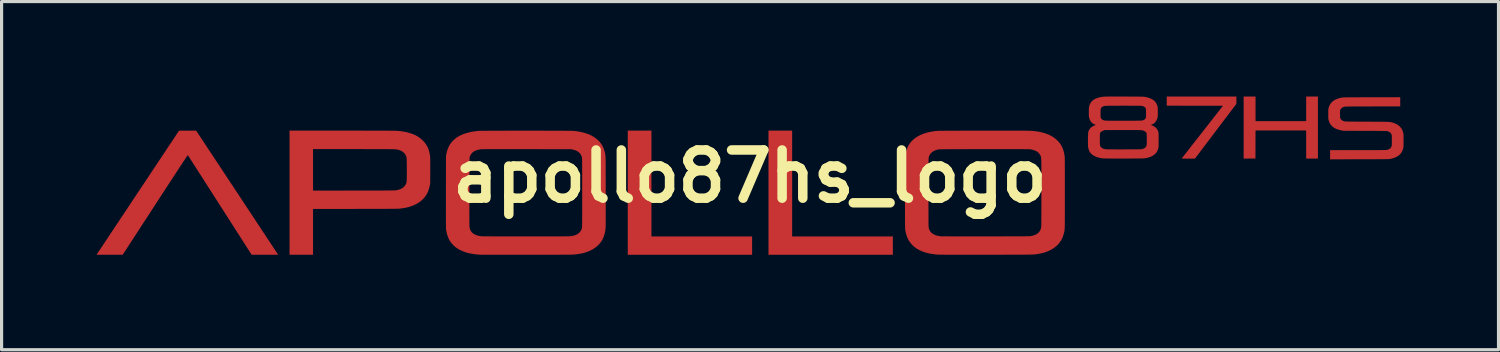
<source format=kicad_pcb>
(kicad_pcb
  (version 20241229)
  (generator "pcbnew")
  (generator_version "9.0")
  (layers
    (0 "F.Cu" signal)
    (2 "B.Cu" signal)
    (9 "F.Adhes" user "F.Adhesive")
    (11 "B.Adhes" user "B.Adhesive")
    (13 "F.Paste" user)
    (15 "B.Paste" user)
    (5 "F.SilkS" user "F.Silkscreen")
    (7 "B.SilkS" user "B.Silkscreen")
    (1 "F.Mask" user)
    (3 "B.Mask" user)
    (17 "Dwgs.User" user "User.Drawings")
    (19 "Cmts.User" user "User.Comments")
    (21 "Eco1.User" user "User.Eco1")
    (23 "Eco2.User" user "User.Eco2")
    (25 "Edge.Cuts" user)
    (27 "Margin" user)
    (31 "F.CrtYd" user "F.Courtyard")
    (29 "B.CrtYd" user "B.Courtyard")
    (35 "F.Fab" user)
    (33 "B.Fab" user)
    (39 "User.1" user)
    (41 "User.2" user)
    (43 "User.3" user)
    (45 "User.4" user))
  (footprint "apollo87hs_logo"
    (layer "F.Cu")
    (at 20.647 2.523)
    (property "Reference" "apollo87hs_logo" (at 0 0 0) (layer "F.SilkS") (effects (font (size 1.524 1.524) (thickness 0.3))))
    (attr through_hole)
    (pad "1" smd custom (at -17.75 -1.023) (size 0.5 0.5) (layers "F.Cu" "F.Mask") (options (anchor circle)) (primitives (gr_poly (pts (xy 0.163 -0.422) (xy 0.19 -0.422) (xy 0.211 -0.421) (xy 0.227 -0.421) (xy 0.238 -0.42) (xy 0.246 -0.419) (xy 0.251 -0.417) (xy 0.254 -0.416) (xy 0.255 -0.414) (xy 0.258 -0.41) (xy 0.267 -0.397) (xy 0.281 -0.376) (xy 0.299 -0.348) (xy 0.322 -0.313) (xy 0.35 -0.271) (xy 0.383 -0.222) (xy 0.419 -0.167) (xy 0.459 -0.107) (xy 0.503 -0.04) (xy 0.55 0.031) (xy 0.601 0.108) (xy 0.655 0.189) (xy 0.711 0.274) (xy 0.77 0.364) (xy 0.832 0.456) (xy 0.895 0.553) (xy 0.961 0.652) (xy 1.028 0.754) (xy 1.097 0.858) (xy 1.167 0.964) (xy 1.239 1.072) (xy 1.311 1.182) (xy 1.384 1.292) (xy 1.457 1.403) (xy 1.531 1.514) (xy 1.605 1.626) (xy 1.678 1.737) (xy 1.751 1.848) (xy 1.824 1.958) (xy 1.896 2.066) (xy 1.966 2.173) (xy 2.036 2.278) (xy 2.104 2.381) (xy 2.17 2.482) (xy 2.235 2.579) (xy 2.297 2.674) (xy 2.357 2.765) (xy 2.415 2.852) (xy 2.469 2.935) (xy 2.521 3.014) (xy 2.57 3.087) (xy 2.615 3.156) (xy 2.657 3.219) (xy 2.695 3.277) (xy 2.729 3.328) (xy 2.759 3.373) (xy 2.784 3.412) (xy 2.805 3.443) (xy 2.82 3.467) (xy 2.831 3.483) (xy 2.833 3.486) (xy 2.842 3.5) (xy 2.424 3.5) (xy 2.005 3.5) (xy 1 1.931) (xy 0.927 1.816) (xy 0.854 1.702) (xy 0.783 1.592) (xy 0.714 1.484) (xy 0.646 1.379) (xy 0.581 1.277) (xy 0.519 1.179) (xy 0.458 1.085) (xy 0.401 0.995) (xy 0.346 0.91) (xy 0.295 0.83) (xy 0.247 0.754) (xy 0.202 0.685) (xy 0.161 0.621) (xy 0.124 0.563) (xy 0.091 0.512) (xy 0.062 0.467) (xy 0.038 0.429) (xy 0.018 0.399) (xy 0.004 0.376) (xy -0.006 0.361) (xy -0.011 0.354) (xy -0.011 0.353) (xy -0.012 0.353) (xy -0.014 0.355) (xy -0.017 0.358) (xy -0.022 0.364) (xy -0.028 0.372) (xy -0.035 0.383) (xy -0.045 0.396) (xy -0.056 0.413) (xy -0.07 0.433) (xy -0.086 0.456) (xy -0.104 0.484) (xy -0.125 0.515) (xy -0.149 0.551) (xy -0.176 0.591) (xy -0.205 0.637) (xy -0.239 0.687) (xy -0.275 0.742) (xy -0.315 0.804) (xy -0.359 0.871) (xy -0.407 0.944) (xy -0.458 1.023) (xy -0.514 1.109) (xy -0.575 1.202) (xy -0.64 1.302) (xy -0.71 1.409) (xy -0.784 1.523) (xy -0.864 1.645) (xy -0.949 1.776) (xy -1.039 1.914) (xy -1.044 1.922) (xy -2.071 3.5) (xy -2.484 3.5) (xy -2.897 3.5) (xy -2.883 3.479) (xy -2.879 3.473) (xy -2.87 3.459) (xy -2.855 3.438) (xy -2.836 3.408) (xy -2.811 3.372) (xy -2.782 3.328) (xy -2.748 3.277) (xy -2.71 3.22) (xy -2.668 3.156) (xy -2.622 3.086) (xy -2.571 3.011) (xy -2.518 2.93) (xy -2.46 2.843) (xy -2.4 2.752) (xy -2.336 2.656) (xy -2.269 2.556) (xy -2.2 2.452) (xy -2.128 2.343) (xy -2.053 2.231) (xy -1.976 2.116) (xy -1.898 1.997) (xy -1.817 1.876) (xy -1.735 1.752) (xy -1.651 1.626) (xy -1.579 1.518) (xy -0.29 -0.42) (xy -0.021 -0.422) (xy 0.038 -0.422) (xy 0.088 -0.422) (xy 0.13 -0.422)) (width 0) (fill yes))))
    (pad "1" smd custom (at -14.15 -1.023) (size 0.5 0.5) (layers "F.Cu" "F.Mask") (options (anchor circle)) (primitives (gr_poly (pts (xy 1.237 -0.423) (xy 1.389 -0.423) (xy 1.535 -0.423) (xy 1.676 -0.423) (xy 1.812 -0.423) (xy 1.941 -0.422) (xy 2.063 -0.422) (xy 2.179 -0.422) (xy 2.288 -0.422) (xy 2.39 -0.422) (xy 2.485 -0.421) (xy 2.571 -0.421) (xy 2.65 -0.421) (xy 2.721 -0.42) (xy 2.783 -0.42) (xy 2.836 -0.42) (xy 2.881 -0.419) (xy 2.915 -0.419) (xy 2.941 -0.418) (xy 2.956 -0.418) (xy 2.959 -0.418) (xy 3.046 -0.412) (xy 3.126 -0.403) (xy 3.2 -0.393) (xy 3.27 -0.379) (xy 3.33 -0.365) (xy 3.417 -0.34) (xy 3.495 -0.313) (xy 3.566 -0.283) (xy 3.631 -0.249) (xy 3.691 -0.211) (xy 3.748 -0.168) (xy 3.803 -0.119) (xy 3.823 -0.1) (xy 3.876 -0.041) (xy 3.922 0.023) (xy 3.961 0.091) (xy 3.992 0.165) (xy 4.016 0.246) (xy 4.035 0.333) (xy 4.041 0.379) (xy 4.043 0.392) (xy 4.044 0.406) (xy 4.045 0.423) (xy 4.046 0.441) (xy 4.047 0.463) (xy 4.047 0.49) (xy 4.048 0.521) (xy 4.048 0.558) (xy 4.048 0.601) (xy 4.048 0.651) (xy 4.048 0.709) (xy 4.048 0.776) (xy 4.048 0.845) (xy 4.046 1.246) (xy 4.032 1.316) (xy 4.011 1.405) (xy 3.984 1.486) (xy 3.951 1.56) (xy 3.911 1.628) (xy 3.864 1.691) (xy 3.835 1.723) (xy 3.784 1.774) (xy 3.731 1.818) (xy 3.674 1.857) (xy 3.609 1.894) (xy 3.574 1.912) (xy 3.515 1.939) (xy 3.456 1.962) (xy 3.397 1.982) (xy 3.334 1.999) (xy 3.266 2.014) (xy 3.193 2.027) (xy 3.11 2.039) (xy 3.098 2.04) (xy 3.091 2.041) (xy 3.082 2.042) (xy 3.072 2.043) (xy 3.06 2.043) (xy 3.046 2.044) (xy 3.029 2.045) (xy 3.01 2.045) (xy 2.987 2.046) (xy 2.96 2.046) (xy 2.93 2.047) (xy 2.895 2.047) (xy 2.855 2.047) (xy 2.811 2.048) (xy 2.76 2.048) (xy 2.704 2.048) (xy 2.642 2.049) (xy 2.572 2.049) (xy 2.496 2.049) (xy 2.413 2.049) (xy 2.321 2.05) (xy 2.222 2.05) (xy 2.113 2.05) (xy 1.996 2.05) (xy 1.87 2.05) (xy 1.734 2.05) (xy 1.687 2.051) (xy 0.344 2.052) (xy 0.344 3.5) (xy -0.398 3.5) (xy -0.398 1.473) (xy 0.344 1.473) (xy 1.639 1.471) (xy 1.774 1.471) (xy 1.9 1.471) (xy 2.017 1.471) (xy 2.125 1.471) (xy 2.224 1.471) (xy 2.314 1.47) (xy 2.397 1.47) (xy 2.473 1.47) (xy 2.541 1.47) (xy 2.602 1.47) (xy 2.657 1.469) (xy 2.707 1.469) (xy 2.75 1.469) (xy 2.788 1.469) (xy 2.822 1.468) (xy 2.851 1.468) (xy 2.876 1.467) (xy 2.897 1.467) (xy 2.915 1.466) (xy 2.93 1.466) (xy 2.943 1.465) (xy 2.953 1.464) (xy 2.962 1.464) (xy 2.969 1.463) (xy 2.975 1.462) (xy 2.981 1.461) (xy 2.982 1.461) (xy 3.049 1.445) (xy 3.108 1.424) (xy 3.159 1.399) (xy 3.201 1.368) (xy 3.236 1.333) (xy 3.264 1.291) (xy 3.271 1.278) (xy 3.278 1.265) (xy 3.283 1.253) (xy 3.288 1.241) (xy 3.292 1.228) (xy 3.296 1.214) (xy 3.299 1.199) (xy 3.301 1.18) (xy 3.303 1.158) (xy 3.304 1.131) (xy 3.305 1.099) (xy 3.306 1.061) (xy 3.306 1.016) (xy 3.307 0.964) (xy 3.307 0.903) (xy 3.307 0.833) (xy 3.307 0.818) (xy 3.307 0.746) (xy 3.307 0.683) (xy 3.306 0.628) (xy 3.306 0.581) (xy 3.305 0.542) (xy 3.304 0.508) (xy 3.303 0.48) (xy 3.301 0.457) (xy 3.299 0.437) (xy 3.297 0.42) (xy 3.293 0.406) (xy 3.289 0.393) (xy 3.285 0.381) (xy 3.279 0.368) (xy 3.273 0.355) (xy 3.273 0.355) (xy 3.248 0.313) (xy 3.214 0.275) (xy 3.173 0.242) (xy 3.125 0.215) (xy 3.073 0.193) (xy 3.053 0.187) (xy 3.043 0.185) (xy 3.034 0.182) (xy 3.026 0.18) (xy 3.017 0.178) (xy 3.008 0.176) (xy 2.998 0.174) (xy 2.987 0.172) (xy 2.974 0.171) (xy 2.959 0.17) (xy 2.942 0.168) (xy 2.922 0.167) (xy 2.899 0.166) (xy 2.873 0.165) (xy 2.843 0.165) (xy 2.808 0.164) (xy 2.768 0.164) (xy 2.724 0.163) (xy 2.674 0.163) (xy 2.618 0.162) (xy 2.556 0.162) (xy 2.487 0.162) (xy 2.412 0.162) (xy 2.329 0.162) (xy 2.238 0.162) (xy 2.139 0.162) (xy 2.031 0.162) (xy 1.915 0.161) (xy 1.653 0.161) (xy 1.628 0.161) (xy 0.344 0.161) (xy 0.344 1.473) (xy -0.398 1.473) (xy -0.398 -0.423)) (width 0) (fill yes))))
    (pad "1" smd custom (at -9.25 0.477) (size 0.5 0.5) (layers "F.Cu" "F.Mask") (options (anchor circle)) (primitives (gr_poly (pts (xy 2.266 -1.921) (xy 2.375 -1.921) (xy 2.483 -1.921) (xy 2.589 -1.921) (xy 2.693 -1.921) (xy 2.795 -1.92) (xy 2.893 -1.92) (xy 2.989 -1.92) (xy 3.08 -1.92) (xy 3.167 -1.919) (xy 3.248 -1.919) (xy 3.324 -1.919) (xy 3.395 -1.918) (xy 3.458 -1.918) (xy 3.515 -1.917) (xy 3.564 -1.917) (xy 3.604 -1.916) (xy 3.637 -1.915) (xy 3.66 -1.915) (xy 3.674 -1.914) (xy 3.674 -1.914) (xy 3.768 -1.904) (xy 3.855 -1.89) (xy 3.938 -1.873) (xy 4.018 -1.852) (xy 4.077 -1.834) (xy 4.165 -1.802) (xy 4.245 -1.764) (xy 4.318 -1.722) (xy 4.386 -1.673) (xy 4.427 -1.639) (xy 4.486 -1.582) (xy 4.537 -1.521) (xy 4.58 -1.455) (xy 4.616 -1.384) (xy 4.644 -1.306) (xy 4.657 -1.261) (xy 4.661 -1.248) (xy 4.664 -1.235) (xy 4.668 -1.224) (xy 4.67 -1.213) (xy 4.673 -1.202) (xy 4.675 -1.191) (xy 4.678 -1.179) (xy 4.679 -1.166) (xy 4.681 -1.151) (xy 4.683 -1.134) (xy 4.684 -1.114) (xy 4.685 -1.091) (xy 4.686 -1.065) (xy 4.687 -1.036) (xy 4.688 -1.001) (xy 4.689 -0.963) (xy 4.689 -0.919) (xy 4.69 -0.869) (xy 4.69 -0.814) (xy 4.691 -0.752) (xy 4.691 -0.683) (xy 4.691 -0.607) (xy 4.691 -0.524) (xy 4.691 -0.432) (xy 4.692 -0.332) (xy 4.692 -0.223) (xy 4.692 -0.104) (xy 4.692 -0.002) (xy 4.692 0.138) (xy 4.692 0.268) (xy 4.693 0.389) (xy 4.693 0.499) (xy 4.693 0.601) (xy 4.692 0.693) (xy 4.692 0.777) (xy 4.692 0.851) (xy 4.692 0.918) (xy 4.692 0.976) (xy 4.691 1.025) (xy 4.691 1.067) (xy 4.69 1.102) (xy 4.69 1.129) (xy 4.689 1.148) (xy 4.688 1.161) (xy 4.688 1.162) (xy 4.675 1.26) (xy 4.654 1.353) (xy 4.625 1.439) (xy 4.588 1.519) (xy 4.543 1.593) (xy 4.489 1.66) (xy 4.427 1.722) (xy 4.358 1.778) (xy 4.279 1.828) (xy 4.193 1.873) (xy 4.165 1.885) (xy 4.092 1.913) (xy 4.017 1.937) (xy 3.937 1.957) (xy 3.851 1.973) (xy 3.759 1.985) (xy 3.658 1.994) (xy 3.646 1.995) (xy 3.636 1.995) (xy 3.617 1.996) (xy 3.588 1.996) (xy 3.551 1.996) (xy 3.505 1.997) (xy 3.452 1.997) (xy 3.392 1.997) (xy 3.325 1.997) (xy 3.252 1.998) (xy 3.173 1.998) (xy 3.089 1.998) (xy 3.001 1.998) (xy 2.908 1.999) (xy 2.812 1.999) (xy 2.713 1.999) (xy 2.611 1.999) (xy 2.507 1.999) (xy 2.402 1.999) (xy 2.295 1.999) (xy 2.188 1.999) (xy 2.081 1.999) (xy 1.975 1.999) (xy 1.869 2) (xy 1.765 2) (xy 1.662 2) (xy 1.562 1.999) (xy 1.466 1.999) (xy 1.372 1.999) (xy 1.283 1.999) (xy 1.198 1.999) (xy 1.118 1.999) (xy 1.044 1.999) (xy 0.975 1.999) (xy 0.913 1.998) (xy 0.858 1.998) (xy 0.811 1.998) (xy 0.772 1.998) (xy 0.741 1.997) (xy 0.719 1.997) (xy 0.707 1.997) (xy 0.706 1.997) (xy 0.641 1.992) (xy 0.573 1.985) (xy 0.503 1.975) (xy 0.437 1.964) (xy 0.376 1.952) (xy 0.356 1.947) (xy 0.299 1.932) (xy 0.239 1.912) (xy 0.178 1.888) (xy 0.119 1.863) (xy 0.065 1.836) (xy 0.027 1.814) (xy -0.048 1.764) (xy -0.114 1.707) (xy -0.172 1.644) (xy -0.223 1.574) (xy -0.266 1.498) (xy -0.301 1.415) (xy -0.328 1.327) (xy -0.347 1.232) (xy -0.353 1.187) (xy -0.354 1.177) (xy -0.355 1.159) (xy -0.355 1.134) (xy -0.356 1.101) (xy -0.356 1.059) (xy -0.356 1.009) (xy -0.357 0.951) (xy -0.357 0.884) (xy -0.357 0.808) (xy -0.357 0.724) (xy -0.358 0.63) (xy -0.358 0.527) (xy -0.357 0.414) (xy -0.357 0.292) (xy -0.357 0.278) (xy 0.384 0.278) (xy 0.384 0.383) (xy 0.384 0.478) (xy 0.384 0.565) (xy 0.384 0.643) (xy 0.384 0.714) (xy 0.384 0.778) (xy 0.384 0.835) (xy 0.384 0.886) (xy 0.385 0.93) (xy 0.385 0.969) (xy 0.385 1.003) (xy 0.386 1.032) (xy 0.386 1.057) (xy 0.386 1.078) (xy 0.387 1.096) (xy 0.388 1.11) (xy 0.388 1.122) (xy 0.389 1.131) (xy 0.39 1.139) (xy 0.391 1.145) (xy 0.392 1.151) (xy 0.393 1.156) (xy 0.394 1.16) (xy 0.412 1.213) (xy 0.436 1.259) (xy 0.468 1.298) (xy 0.508 1.332) (xy 0.515 1.337) (xy 0.565 1.365) (xy 0.623 1.387) (xy 0.687 1.404) (xy 0.757 1.415) (xy 0.764 1.415) (xy 0.774 1.416) (xy 0.794 1.416) (xy 0.823 1.417) (xy 0.86 1.417) (xy 0.906 1.418) (xy 0.959 1.418) (xy 1.02 1.418) (xy 1.086 1.419) (xy 1.159 1.419) (xy 1.237 1.419) (xy 1.321 1.419) (xy 1.408 1.42) (xy 1.5 1.42) (xy 1.595 1.42) (xy 1.693 1.42) (xy 1.793 1.42) (xy 1.895 1.42) (xy 1.999 1.42) (xy 2.103 1.42) (xy 2.208 1.42) (xy 2.312 1.42) (xy 2.416 1.42) (xy 2.518 1.42) (xy 2.619 1.42) (xy 2.717 1.42) (xy 2.813 1.42) (xy 2.905 1.42) (xy 2.993 1.42) (xy 3.077 1.419) (xy 3.156 1.419) (xy 3.23 1.419) (xy 3.298 1.419) (xy 3.359 1.418) (xy 3.413 1.418) (xy 3.46 1.417) (xy 3.499 1.417) (xy 3.529 1.417) (xy 3.55 1.416) (xy 3.562 1.416) (xy 3.563 1.416) (xy 3.638 1.405) (xy 3.706 1.388) (xy 3.765 1.366) (xy 3.816 1.337) (xy 3.859 1.302) (xy 3.894 1.261) (xy 3.921 1.214) (xy 3.94 1.162) (xy 3.941 1.158) (xy 3.942 1.153) (xy 3.943 1.147) (xy 3.943 1.139) (xy 3.944 1.129) (xy 3.945 1.117) (xy 3.945 1.102) (xy 3.946 1.084) (xy 3.946 1.062) (xy 3.947 1.036) (xy 3.947 1.005) (xy 3.947 0.97) (xy 3.948 0.929) (xy 3.948 0.883) (xy 3.948 0.83) (xy 3.948 0.771) (xy 3.948 0.705) (xy 3.949 0.632) (xy 3.949 0.551) (xy 3.949 0.462) (xy 3.949 0.364) (xy 3.949 0.257) (xy 3.949 0.14) (xy 3.949 0.039) (xy 3.949 -0.085) (xy 3.949 -0.2) (xy 3.949 -0.305) (xy 3.949 -0.401) (xy 3.949 -0.489) (xy 3.949 -0.568) (xy 3.948 -0.64) (xy 3.948 -0.705) (xy 3.948 -0.762) (xy 3.948 -0.813) (xy 3.948 -0.859) (xy 3.947 -0.898) (xy 3.947 -0.933) (xy 3.947 -0.962) (xy 3.946 -0.987) (xy 3.946 -1.008) (xy 3.945 -1.026) (xy 3.945 -1.04) (xy 3.944 -1.052) (xy 3.943 -1.061) (xy 3.942 -1.069) (xy 3.942 -1.075) (xy 3.941 -1.08) (xy 3.94 -1.084) (xy 3.939 -1.084) (xy 3.92 -1.137) (xy 3.894 -1.183) (xy 3.861 -1.222) (xy 3.819 -1.256) (xy 3.77 -1.285) (xy 3.712 -1.308) (xy 3.653 -1.324) (xy 3.603 -1.336) (xy 2.198 -1.337) (xy 2.045 -1.338) (xy 1.902 -1.338) (xy 1.769 -1.338) (xy 1.645 -1.338) (xy 1.53 -1.338) (xy 1.425 -1.338) (xy 1.327 -1.338) (xy 1.239 -1.338) (xy 1.158 -1.338) (xy 1.086 -1.337) (xy 1.021 -1.337) (xy 0.964 -1.337) (xy 0.913 -1.337) (xy 0.87 -1.336) (xy 0.834 -1.336) (xy 0.804 -1.335) (xy 0.78 -1.335) (xy 0.762 -1.334) (xy 0.75 -1.334) (xy 0.744 -1.333) (xy 0.672 -1.321) (xy 0.608 -1.303) (xy 0.552 -1.279) (xy 0.504 -1.249) (xy 0.464 -1.213) (xy 0.432 -1.172) (xy 0.419 -1.148) (xy 0.415 -1.141) (xy 0.411 -1.134) (xy 0.408 -1.127) (xy 0.405 -1.121) (xy 0.402 -1.114) (xy 0.4 -1.106) (xy 0.397 -1.098) (xy 0.395 -1.087) (xy 0.393 -1.075) (xy 0.392 -1.06) (xy 0.39 -1.042) (xy 0.389 -1.021) (xy 0.388 -0.996) (xy 0.387 -0.967) (xy 0.386 -0.933) (xy 0.386 -0.895) (xy 0.385 -0.851) (xy 0.385 -0.801) (xy 0.384 -0.745) (xy 0.384 -0.683) (xy 0.384 -0.613) (xy 0.384 -0.536) (xy 0.384 -0.452) (xy 0.384 -0.359) (xy 0.384 -0.257) (xy 0.384 -0.146) (xy 0.384 -0.025) (xy 0.384 0.042) (xy 0.384 0.165) (xy 0.384 0.278) (xy -0.357 0.278) (xy -0.357 0.16) (xy -0.357 0.018) (xy -0.357 0.008) (xy -0.355 -1.123) (xy -0.344 -1.178) (xy -0.324 -1.265) (xy -0.299 -1.343) (xy -0.268 -1.415) (xy -0.231 -1.482) (xy -0.187 -1.544) (xy -0.175 -1.559) (xy -0.117 -1.621) (xy -0.052 -1.678) (xy 0.022 -1.728) (xy 0.103 -1.773) (xy 0.193 -1.812) (xy 0.29 -1.845) (xy 0.396 -1.873) (xy 0.511 -1.895) (xy 0.633 -1.911) (xy 0.656 -1.914) (xy 0.668 -1.915) (xy 0.69 -1.915) (xy 0.721 -1.916) (xy 0.76 -1.916) (xy 0.808 -1.917) (xy 0.863 -1.917) (xy 0.926 -1.918) (xy 0.995 -1.918) (xy 1.07 -1.919) (xy 1.151 -1.919) (xy 1.237 -1.92) (xy 1.328 -1.92) (xy 1.423 -1.92) (xy 1.521 -1.92) (xy 1.622 -1.921) (xy 1.726 -1.921) (xy 1.832 -1.921) (xy 1.939 -1.921) (xy 2.048 -1.921) (xy 2.157 -1.921)) (width 0) (fill yes))))
    (pad "1" smd custom (at -3.45 0.477) (size 0.5 0.5) (layers "F.Cu" "F.Mask") (options (anchor circle)) (primitives (gr_poly (pts (xy 0.337 1.421) (xy 3.518 1.421) (xy 3.518 2) (xy -0.411 2) (xy -0.411 -1.923) (xy 0.337 -1.923)) (width 0) (fill yes))))
    (pad "1" smd custom (at 1.05 0.477) (size 0.5 0.5) (layers "F.Cu" "F.Mask") (options (anchor circle)) (primitives (gr_poly (pts (xy 0.283 1.421) (xy 3.465 1.421) (xy 3.465 2) (xy -0.464 2) (xy -0.464 -1.923) (xy 0.283 -1.923)) (width 0) (fill yes))))
    (pad "1" smd custom (at 5.25 0.477) (size 0.5 0.5) (layers "F.Cu" "F.Mask") (options (anchor circle)) (primitives (gr_poly (pts (xy 2.939 -1.922) (xy 3.026 -1.922) (xy 3.106 -1.922) (xy 3.18 -1.922) (xy 3.246 -1.922) (xy 3.307 -1.921) (xy 3.362 -1.921) (xy 3.412 -1.921) (xy 3.458 -1.92) (xy 3.498 -1.919) (xy 3.535 -1.919) (xy 3.567 -1.918) (xy 3.597 -1.917) (xy 3.623 -1.916) (xy 3.647 -1.915) (xy 3.669 -1.914) (xy 3.689 -1.912) (xy 3.707 -1.911) (xy 3.724 -1.909) (xy 3.741 -1.907) (xy 3.757 -1.905) (xy 3.773 -1.903) (xy 3.781 -1.903) (xy 3.884 -1.886) (xy 3.983 -1.864) (xy 4.078 -1.837) (xy 4.166 -1.804) (xy 4.247 -1.767) (xy 4.32 -1.726) (xy 4.325 -1.723) (xy 4.359 -1.699) (xy 4.396 -1.67) (xy 4.435 -1.637) (xy 4.472 -1.602) (xy 4.493 -1.581) (xy 4.544 -1.519) (xy 4.589 -1.451) (xy 4.626 -1.375) (xy 4.656 -1.293) (xy 4.679 -1.203) (xy 4.693 -1.115) (xy 4.694 -1.107) (xy 4.695 -1.096) (xy 4.695 -1.081) (xy 4.696 -1.061) (xy 4.697 -1.038) (xy 4.697 -1.01) (xy 4.698 -0.976) (xy 4.698 -0.937) (xy 4.698 -0.893) (xy 4.699 -0.842) (xy 4.699 -0.784) (xy 4.699 -0.719) (xy 4.699 -0.647) (xy 4.7 -0.568) (xy 4.7 -0.48) (xy 4.7 -0.384) (xy 4.7 -0.279) (xy 4.7 -0.165) (xy 4.7 -0.041) (xy 4.7 0.046) (xy 4.7 0.174) (xy 4.7 0.291) (xy 4.7 0.399) (xy 4.7 0.499) (xy 4.7 0.59) (xy 4.7 0.673) (xy 4.7 0.748) (xy 4.699 0.816) (xy 4.699 0.877) (xy 4.699 0.932) (xy 4.698 0.982) (xy 4.698 1.025) (xy 4.697 1.064) (xy 4.697 1.098) (xy 4.696 1.128) (xy 4.695 1.154) (xy 4.694 1.176) (xy 4.692 1.196) (xy 4.691 1.214) (xy 4.689 1.229) (xy 4.687 1.243) (xy 4.685 1.255) (xy 4.683 1.267) (xy 4.68 1.278) (xy 4.678 1.29) (xy 4.675 1.302) (xy 4.672 1.314) (xy 4.669 1.323) (xy 4.648 1.398) (xy 4.622 1.467) (xy 4.589 1.531) (xy 4.56 1.577) (xy 4.509 1.645) (xy 4.449 1.708) (xy 4.381 1.765) (xy 4.306 1.816) (xy 4.224 1.861) (xy 4.135 1.9) (xy 4.04 1.933) (xy 3.939 1.958) (xy 3.879 1.969) (xy 3.863 1.972) (xy 3.849 1.975) (xy 3.835 1.977) (xy 3.822 1.979) (xy 3.81 1.981) (xy 3.797 1.983) (xy 3.783 1.985) (xy 3.768 1.986) (xy 3.753 1.988) (xy 3.735 1.989) (xy 3.716 1.99) (xy 3.694 1.991) (xy 3.669 1.992) (xy 3.641 1.993) (xy 3.609 1.994) (xy 3.574 1.994) (xy 3.534 1.995) (xy 3.49 1.996) (xy 3.44 1.996) (xy 3.385 1.996) (xy 3.324 1.997) (xy 3.258 1.997) (xy 3.184 1.997) (xy 3.104 1.997) (xy 3.016 1.997) (xy 2.921 1.997) (xy 2.818 1.998) (xy 2.706 1.998) (xy 2.585 1.998) (xy 2.456 1.998) (xy 2.317 1.998) (xy 2.212 1.998) (xy 2.09 1.998) (xy 1.971 1.998) (xy 1.855 1.998) (xy 1.742 1.998) (xy 1.632 1.998) (xy 1.527 1.998) (xy 1.426 1.998) (xy 1.33 1.998) (xy 1.24 1.998) (xy 1.155 1.998) (xy 1.076 1.998) (xy 1.005 1.998) (xy 0.94 1.998) (xy 0.882 1.998) (xy 0.832 1.997) (xy 0.791 1.997) (xy 0.758 1.997) (xy 0.734 1.997) (xy 0.72 1.997) (xy 0.716 1.997) (xy 0.633 1.991) (xy 0.55 1.981) (xy 0.469 1.969) (xy 0.392 1.954) (xy 0.321 1.936) (xy 0.258 1.917) (xy 0.245 1.912) (xy 0.166 1.881) (xy 0.095 1.848) (xy 0.031 1.812) (xy -0.027 1.773) (xy -0.08 1.73) (xy -0.116 1.696) (xy -0.171 1.634) (xy -0.219 1.569) (xy -0.259 1.499) (xy -0.291 1.424) (xy -0.317 1.342) (xy -0.337 1.254) (xy -0.345 1.2) (xy -0.346 1.192) (xy -0.346 1.181) (xy -0.347 1.167) (xy -0.348 1.149) (xy -0.348 1.126) (xy -0.349 1.098) (xy -0.349 1.066) (xy -0.35 1.028) (xy -0.35 0.984) (xy -0.35 0.935) (xy -0.351 0.878) (xy -0.351 0.815) (xy -0.351 0.744) (xy -0.351 0.666) (xy -0.351 0.58) (xy -0.351 0.486) (xy -0.352 0.382) (xy -0.352 0.27) (xy -0.352 0.148) (xy -0.352 0.039) (xy 0.39 0.039) (xy 0.39 0.163) (xy 0.39 0.277) (xy 0.39 0.382) (xy 0.39 0.478) (xy 0.39 0.566) (xy 0.391 0.645) (xy 0.391 0.717) (xy 0.391 0.781) (xy 0.391 0.839) (xy 0.391 0.89) (xy 0.391 0.935) (xy 0.392 0.975) (xy 0.392 1.009) (xy 0.392 1.039) (xy 0.393 1.064) (xy 0.393 1.085) (xy 0.394 1.102) (xy 0.395 1.117) (xy 0.395 1.128) (xy 0.396 1.138) (xy 0.397 1.145) (xy 0.398 1.151) (xy 0.399 1.156) (xy 0.399 1.158) (xy 0.418 1.212) (xy 0.445 1.259) (xy 0.48 1.301) (xy 0.523 1.336) (xy 0.573 1.365) (xy 0.631 1.388) (xy 0.663 1.396) (xy 0.702 1.404) (xy 0.742 1.411) (xy 0.781 1.416) (xy 0.794 1.418) (xy 0.801 1.418) (xy 0.818 1.418) (xy 0.844 1.418) (xy 0.879 1.418) (xy 0.922 1.418) (xy 0.974 1.418) (xy 1.033 1.418) (xy 1.099 1.419) (xy 1.173 1.419) (xy 1.252 1.419) (xy 1.337 1.419) (xy 1.428 1.419) (xy 1.524 1.419) (xy 1.625 1.419) (xy 1.73 1.419) (xy 1.839 1.419) (xy 1.951 1.419) (xy 2.067 1.419) (xy 2.184 1.419) (xy 2.2 1.419) (xy 2.34 1.419) (xy 2.471 1.419) (xy 2.593 1.419) (xy 2.705 1.419) (xy 2.809 1.418) (xy 2.904 1.418) (xy 2.992 1.418) (xy 3.071 1.418) (xy 3.144 1.418) (xy 3.21 1.418) (xy 3.269 1.418) (xy 3.322 1.417) (xy 3.369 1.417) (xy 3.411 1.417) (xy 3.448 1.416) (xy 3.48 1.416) (xy 3.508 1.416) (xy 3.532 1.415) (xy 3.553 1.415) (xy 3.57 1.414) (xy 3.584 1.414) (xy 3.596 1.413) (xy 3.606 1.412) (xy 3.614 1.412) (xy 3.621 1.411) (xy 3.626 1.41) (xy 3.629 1.409) (xy 3.657 1.403) (xy 3.689 1.395) (xy 3.717 1.387) (xy 3.721 1.386) (xy 3.779 1.363) (xy 3.829 1.334) (xy 3.871 1.298) (xy 3.905 1.256) (xy 3.931 1.208) (xy 3.948 1.154) (xy 3.949 1.153) (xy 3.95 1.148) (xy 3.951 1.143) (xy 3.952 1.136) (xy 3.952 1.128) (xy 3.953 1.118) (xy 3.954 1.106) (xy 3.954 1.092) (xy 3.955 1.074) (xy 3.955 1.052) (xy 3.956 1.027) (xy 3.956 0.997) (xy 3.957 0.963) (xy 3.957 0.923) (xy 3.957 0.878) (xy 3.957 0.826) (xy 3.957 0.769) (xy 3.958 0.704) (xy 3.958 0.632) (xy 3.958 0.553) (xy 3.958 0.465) (xy 3.958 0.369) (xy 3.958 0.263) (xy 3.958 0.149) (xy 3.958 0.036) (xy 3.958 -0.089) (xy 3.958 -0.205) (xy 3.958 -0.311) (xy 3.958 -0.408) (xy 3.958 -0.497) (xy 3.958 -0.578) (xy 3.958 -0.651) (xy 3.958 -0.716) (xy 3.957 -0.775) (xy 3.957 -0.828) (xy 3.957 -0.874) (xy 3.956 -0.915) (xy 3.955 -0.951) (xy 3.954 -0.982) (xy 3.953 -1.009) (xy 3.952 -1.032) (xy 3.951 -1.051) (xy 3.949 -1.067) (xy 3.948 -1.081) (xy 3.946 -1.092) (xy 3.943 -1.102) (xy 3.941 -1.11) (xy 3.938 -1.117) (xy 3.935 -1.123) (xy 3.932 -1.13) (xy 3.928 -1.136) (xy 3.924 -1.143) (xy 3.921 -1.15) (xy 3.895 -1.193) (xy 3.859 -1.23) (xy 3.816 -1.263) (xy 3.765 -1.29) (xy 3.707 -1.311) (xy 3.643 -1.327) (xy 3.595 -1.333) (xy 3.586 -1.334) (xy 3.57 -1.335) (xy 3.546 -1.335) (xy 3.514 -1.336) (xy 3.475 -1.336) (xy 3.428 -1.336) (xy 3.373 -1.337) (xy 3.31 -1.337) (xy 3.238 -1.337) (xy 3.157 -1.337) (xy 3.068 -1.338) (xy 2.97 -1.338) (xy 2.863 -1.338) (xy 2.747 -1.338) (xy 2.621 -1.338) (xy 2.485 -1.338) (xy 2.34 -1.337) (xy 2.185 -1.337) (xy 2.141 -1.337) (xy 1.999 -1.337) (xy 1.867 -1.337) (xy 1.744 -1.337) (xy 1.63 -1.337) (xy 1.525 -1.336) (xy 1.429 -1.336) (xy 1.34 -1.336) (xy 1.259 -1.336) (xy 1.186 -1.336) (xy 1.119 -1.335) (xy 1.059 -1.335) (xy 1.005 -1.335) (xy 0.957 -1.335) (xy 0.914 -1.334) (xy 0.877 -1.334) (xy 0.844 -1.334) (xy 0.816 -1.333) (xy 0.791 -1.333) (xy 0.771 -1.332) (xy 0.754 -1.332) (xy 0.739 -1.331) (xy 0.728 -1.33) (xy 0.718 -1.33) (xy 0.711 -1.329) (xy 0.705 -1.328) (xy 0.7 -1.327) (xy 0.698 -1.327) (xy 0.631 -1.309) (xy 0.574 -1.286) (xy 0.524 -1.258) (xy 0.483 -1.226) (xy 0.45 -1.188) (xy 0.423 -1.143) (xy 0.403 -1.093) (xy 0.399 -1.079) (xy 0.398 -1.075) (xy 0.397 -1.07) (xy 0.396 -1.064) (xy 0.396 -1.056) (xy 0.395 -1.046) (xy 0.394 -1.034) (xy 0.394 -1.019) (xy 0.393 -1) (xy 0.393 -0.978) (xy 0.392 -0.952) (xy 0.392 -0.921) (xy 0.392 -0.886) (xy 0.391 -0.845) (xy 0.391 -0.798) (xy 0.391 -0.745) (xy 0.391 -0.686) (xy 0.391 -0.619) (xy 0.391 -0.545) (xy 0.39 -0.464) (xy 0.39 -0.374) (xy 0.39 -0.275) (xy 0.39 -0.168) (xy 0.39 -0.051) (xy 0.39 0.039) (xy -0.352 0.039) (xy -0.352 0.034) (xy -0.352 -0.092) (xy -0.352 -0.208) (xy -0.352 -0.315) (xy -0.352 -0.413) (xy -0.352 -0.503) (xy -0.351 -0.584) (xy -0.351 -0.658) (xy -0.351 -0.724) (xy -0.351 -0.784) (xy -0.351 -0.837) (xy -0.351 -0.884) (xy -0.35 -0.925) (xy -0.35 -0.962) (xy -0.35 -0.994) (xy -0.349 -1.021) (xy -0.349 -1.044) (xy -0.348 -1.064) (xy -0.348 -1.081) (xy -0.347 -1.095) (xy -0.346 -1.107) (xy -0.345 -1.117) (xy -0.345 -1.126) (xy -0.344 -1.133) (xy -0.343 -1.14) (xy -0.343 -1.14) (xy -0.325 -1.231) (xy -0.302 -1.314) (xy -0.272 -1.391) (xy -0.237 -1.461) (xy -0.194 -1.525) (xy -0.144 -1.586) (xy -0.107 -1.623) (xy -0.044 -1.677) (xy 0.027 -1.727) (xy 0.104 -1.77) (xy 0.189 -1.808) (xy 0.282 -1.841) (xy 0.383 -1.869) (xy 0.492 -1.891) (xy 0.61 -1.909) (xy 0.634 -1.911) (xy 0.642 -1.912) (xy 0.652 -1.913) (xy 0.663 -1.914) (xy 0.676 -1.914) (xy 0.692 -1.915) (xy 0.71 -1.916) (xy 0.732 -1.916) (xy 0.757 -1.917) (xy 0.787 -1.917) (xy 0.82 -1.918) (xy 0.858 -1.918) (xy 0.901 -1.918) (xy 0.95 -1.919) (xy 1.004 -1.919) (xy 1.064 -1.919) (xy 1.131 -1.92) (xy 1.205 -1.92) (xy 1.286 -1.92) (xy 1.374 -1.92) (xy 1.47 -1.921) (xy 1.575 -1.921) (xy 1.688 -1.921) (xy 1.811 -1.921) (xy 1.943 -1.921) (xy 2.084 -1.922) (xy 2.098 -1.922) (xy 2.246 -1.922) (xy 2.383 -1.922) (xy 2.512 -1.922) (xy 2.631 -1.922) (xy 2.742 -1.922) (xy 2.845 -1.922)) (width 0) (fill yes))))
    (pad "1" smd custom (at 11.85 -1.623) (size 0.2 0.2) (layers "F.Cu" "F.Mask") (options (anchor circle)) (primitives (gr_poly (pts (xy -0.254 -0.9) (xy -0.174 -0.9) (xy -0.085 -0.899) (xy -0.01 -0.899) (xy 0.081 -0.899) (xy 0.162 -0.898) (xy 0.233 -0.898) (xy 0.297 -0.898) (xy 0.352 -0.898) (xy 0.401 -0.897) (xy 0.443 -0.897) (xy 0.479 -0.896) (xy 0.509 -0.896) (xy 0.535 -0.895) (xy 0.556 -0.895) (xy 0.574 -0.894) (xy 0.589 -0.893) (xy 0.601 -0.892) (xy 0.612 -0.891) (xy 0.621 -0.89) (xy 0.63 -0.888) (xy 0.638 -0.887) (xy 0.641 -0.886) (xy 0.716 -0.869) (xy 0.782 -0.848) (xy 0.84 -0.823) (xy 0.89 -0.793) (xy 0.931 -0.759) (xy 0.966 -0.719) (xy 0.994 -0.674) (xy 1.016 -0.622) (xy 1.026 -0.592) (xy 1.029 -0.58) (xy 1.031 -0.568) (xy 1.033 -0.555) (xy 1.035 -0.539) (xy 1.036 -0.52) (xy 1.036 -0.495) (xy 1.037 -0.463) (xy 1.037 -0.423) (xy 1.037 -0.407) (xy 1.037 -0.365) (xy 1.037 -0.33) (xy 1.036 -0.303) (xy 1.035 -0.282) (xy 1.034 -0.266) (xy 1.032 -0.252) (xy 1.03 -0.24) (xy 1.027 -0.228) (xy 1.026 -0.222) (xy 1.006 -0.169) (xy 0.98 -0.122) (xy 0.948 -0.081) (xy 0.91 -0.048) (xy 0.867 -0.023) (xy 0.843 -0.014) (xy 0.81 -0.003) (xy 0.832 0.004) (xy 0.866 0.017) (xy 0.903 0.036) (xy 0.938 0.058) (xy 0.97 0.082) (xy 0.996 0.107) (xy 1 0.112) (xy 1.026 0.151) (xy 1.046 0.197) (xy 1.054 0.221) (xy 1.056 0.231) (xy 1.058 0.241) (xy 1.059 0.254) (xy 1.06 0.27) (xy 1.061 0.29) (xy 1.062 0.315) (xy 1.062 0.346) (xy 1.062 0.385) (xy 1.063 0.432) (xy 1.063 0.479) (xy 1.062 0.533) (xy 1.062 0.578) (xy 1.062 0.614) (xy 1.062 0.644) (xy 1.061 0.668) (xy 1.06 0.686) (xy 1.059 0.701) (xy 1.058 0.714) (xy 1.056 0.724) (xy 1.054 0.734) (xy 1.051 0.744) (xy 1.031 0.801) (xy 1.005 0.851) (xy 0.973 0.894) (xy 0.966 0.9) (xy 0.921 0.94) (xy 0.87 0.974) (xy 0.811 1.003) (xy 0.744 1.026) (xy 0.669 1.044) (xy 0.638 1.049) (xy 0.63 1.051) (xy 0.62 1.052) (xy 0.609 1.053) (xy 0.595 1.054) (xy 0.58 1.055) (xy 0.56 1.056) (xy 0.537 1.056) (xy 0.51 1.057) (xy 0.478 1.057) (xy 0.44 1.058) (xy 0.396 1.058) (xy 0.345 1.058) (xy 0.287 1.058) (xy 0.221 1.059) (xy 0.147 1.059) (xy 0.064 1.059) (xy -0.025 1.059) (xy -0.104 1.059) (xy -0.181 1.059) (xy -0.255 1.059) (xy -0.325 1.059) (xy -0.391 1.059) (xy -0.453 1.059) (xy -0.509 1.058) (xy -0.558 1.058) (xy -0.601 1.057) (xy -0.635 1.057) (xy -0.662 1.056) (xy -0.679 1.056) (xy -0.685 1.056) (xy -0.734 1.05) (xy -0.786 1.041) (xy -0.835 1.029) (xy -0.88 1.017) (xy -0.9 1.01) (xy -0.963 0.982) (xy -1.017 0.95) (xy -1.062 0.913) (xy -1.099 0.87) (xy -1.128 0.822) (xy -1.149 0.768) (xy -1.163 0.708) (xy -1.166 0.687) (xy -1.168 0.665) (xy -1.169 0.635) (xy -1.17 0.6) (xy -1.17 0.56) (xy -1.171 0.516) (xy -1.17 0.471) (xy -1.17 0.451) (xy -0.795 0.451) (xy -0.795 0.502) (xy -0.794 0.543) (xy -0.793 0.577) (xy -0.792 0.604) (xy -0.79 0.625) (xy -0.787 0.643) (xy -0.783 0.657) (xy -0.778 0.67) (xy -0.772 0.682) (xy -0.766 0.691) (xy -0.748 0.712) (xy -0.721 0.731) (xy -0.687 0.747) (xy -0.649 0.759) (xy -0.608 0.766) (xy -0.598 0.767) (xy -0.579 0.767) (xy -0.551 0.768) (xy -0.515 0.768) (xy -0.472 0.769) (xy -0.422 0.769) (xy -0.367 0.769) (xy -0.306 0.77) (xy -0.24 0.77) (xy -0.171 0.77) (xy -0.099 0.77) (xy -0.03 0.77) (xy 0.057 0.769) (xy 0.134 0.769) (xy 0.202 0.769) (xy 0.262 0.769) (xy 0.314 0.769) (xy 0.358 0.768) (xy 0.397 0.768) (xy 0.429 0.768) (xy 0.456 0.767) (xy 0.478 0.767) (xy 0.496 0.766) (xy 0.51 0.765) (xy 0.521 0.764) (xy 0.53 0.763) (xy 0.537 0.762) (xy 0.542 0.76) (xy 0.544 0.76) (xy 0.579 0.748) (xy 0.61 0.734) (xy 0.635 0.718) (xy 0.653 0.702) (xy 0.654 0.702) (xy 0.663 0.686) (xy 0.673 0.666) (xy 0.679 0.649) (xy 0.682 0.64) (xy 0.684 0.63) (xy 0.686 0.619) (xy 0.687 0.606) (xy 0.688 0.589) (xy 0.689 0.567) (xy 0.689 0.539) (xy 0.689 0.504) (xy 0.688 0.461) (xy 0.688 0.441) (xy 0.688 0.393) (xy 0.687 0.355) (xy 0.687 0.324) (xy 0.686 0.301) (xy 0.685 0.283) (xy 0.684 0.27) (xy 0.682 0.261) (xy 0.68 0.254) (xy 0.678 0.25) (xy 0.657 0.222) (xy 0.628 0.199) (xy 0.59 0.18) (xy 0.557 0.169) (xy 0.551 0.167) (xy 0.545 0.166) (xy 0.538 0.165) (xy 0.528 0.164) (xy 0.517 0.163) (xy 0.502 0.162) (xy 0.484 0.161) (xy 0.461 0.161) (xy 0.434 0.16) (xy 0.402 0.16) (xy 0.363 0.16) (xy 0.318 0.16) (xy 0.266 0.159) (xy 0.207 0.159) (xy 0.139 0.159) (xy 0.062 0.159) (xy -0.024 0.159) (xy -0.055 0.159) (xy -0.635 0.159) (xy -0.675 0.173) (xy -0.714 0.189) (xy -0.745 0.207) (xy -0.767 0.227) (xy -0.769 0.229) (xy -0.776 0.238) (xy -0.781 0.247) (xy -0.785 0.258) (xy -0.789 0.271) (xy -0.791 0.287) (xy -0.793 0.309) (xy -0.794 0.336) (xy -0.794 0.37) (xy -0.795 0.413) (xy -0.795 0.451) (xy -1.17 0.451) (xy -1.17 0.426) (xy -1.169 0.381) (xy -1.167 0.339) (xy -1.166 0.301) (xy -1.164 0.268) (xy -1.162 0.242) (xy -1.16 0.224) (xy -1.159 0.219) (xy -1.141 0.17) (xy -1.115 0.125) (xy -1.08 0.086) (xy -1.036 0.052) (xy -0.983 0.023) (xy -0.958 0.012) (xy -0.918 -0.004) (xy -0.952 -0.016) (xy -0.999 -0.037) (xy -1.04 -0.067) (xy -1.075 -0.104) (xy -1.103 -0.149) (xy -1.125 -0.202) (xy -1.131 -0.223) (xy -1.135 -0.236) (xy -1.137 -0.249) (xy -1.139 -0.262) (xy -1.141 -0.279) (xy -1.142 -0.3) (xy -1.142 -0.327) (xy -1.142 -0.361) (xy -1.142 -0.369) (xy -0.772 -0.369) (xy -0.772 -0.331) (xy -0.772 -0.301) (xy -0.771 -0.278) (xy -0.77 -0.261) (xy -0.769 -0.249) (xy -0.767 -0.239) (xy -0.764 -0.231) (xy -0.76 -0.222) (xy -0.76 -0.222) (xy -0.746 -0.196) (xy -0.727 -0.176) (xy -0.704 -0.161) (xy -0.674 -0.15) (xy -0.637 -0.142) (xy -0.602 -0.138) (xy -0.591 -0.137) (xy -0.57 -0.137) (xy -0.541 -0.137) (xy -0.504 -0.136) (xy -0.46 -0.136) (xy -0.409 -0.136) (xy -0.352 -0.135) (xy -0.291 -0.135) (xy -0.225 -0.135) (xy -0.156 -0.135) (xy -0.083 -0.135) (xy -0.02 -0.135) (xy 0.067 -0.135) (xy 0.144 -0.136) (xy 0.212 -0.136) (xy 0.271 -0.136) (xy 0.323 -0.136) (xy 0.368 -0.137) (xy 0.406 -0.137) (xy 0.438 -0.137) (xy 0.465 -0.138) (xy 0.487 -0.139) (xy 0.504 -0.139) (xy 0.519 -0.14) (xy 0.53 -0.141) (xy 0.539 -0.142) (xy 0.546 -0.143) (xy 0.551 -0.145) (xy 0.585 -0.155) (xy 0.61 -0.168) (xy 0.63 -0.184) (xy 0.645 -0.204) (xy 0.655 -0.222) (xy 0.658 -0.23) (xy 0.661 -0.239) (xy 0.663 -0.248) (xy 0.665 -0.261) (xy 0.666 -0.277) (xy 0.666 -0.299) (xy 0.666 -0.329) (xy 0.666 -0.367) (xy 0.666 -0.369) (xy 0.666 -0.414) (xy 0.665 -0.451) (xy 0.664 -0.479) (xy 0.661 -0.502) (xy 0.657 -0.52) (xy 0.651 -0.534) (xy 0.643 -0.546) (xy 0.633 -0.557) (xy 0.626 -0.564) (xy 0.608 -0.578) (xy 0.587 -0.589) (xy 0.56 -0.597) (xy 0.526 -0.604) (xy 0.514 -0.605) (xy 0.503 -0.606) (xy 0.483 -0.607) (xy 0.454 -0.608) (xy 0.418 -0.608) (xy 0.375 -0.609) (xy 0.325 -0.609) (xy 0.271 -0.61) (xy 0.213 -0.61) (xy 0.151 -0.61) (xy 0.086 -0.61) (xy 0.02 -0.611) (xy -0.047 -0.611) (xy -0.114 -0.611) (xy -0.181 -0.61) (xy -0.246 -0.61) (xy -0.308 -0.61) (xy -0.367 -0.61) (xy -0.422 -0.609) (xy -0.472 -0.609) (xy -0.517 -0.608) (xy -0.554 -0.608) (xy -0.584 -0.607) (xy -0.606 -0.606) (xy -0.618 -0.606) (xy -0.619 -0.605) (xy -0.656 -0.599) (xy -0.684 -0.592) (xy -0.706 -0.582) (xy -0.725 -0.569) (xy -0.73 -0.565) (xy -0.742 -0.554) (xy -0.751 -0.543) (xy -0.759 -0.53) (xy -0.764 -0.515) (xy -0.768 -0.496) (xy -0.77 -0.471) (xy -0.771 -0.44) (xy -0.772 -0.402) (xy -0.772 -0.369) (xy -1.142 -0.369) (xy -1.143 -0.397) (xy -1.142 -0.446) (xy -1.142 -0.486) (xy -1.141 -0.519) (xy -1.138 -0.547) (xy -1.135 -0.571) (xy -1.131 -0.593) (xy -1.125 -0.613) (xy -1.117 -0.635) (xy -1.114 -0.642) (xy -1.091 -0.691) (xy -1.061 -0.735) (xy -1.023 -0.773) (xy -0.979 -0.806) (xy -0.926 -0.833) (xy -0.864 -0.857) (xy -0.794 -0.876) (xy -0.789 -0.877) (xy -0.773 -0.88) (xy -0.757 -0.883) (xy -0.741 -0.886) (xy -0.725 -0.889) (xy -0.707 -0.891) (xy -0.687 -0.893) (xy -0.665 -0.895) (xy -0.64 -0.896) (xy -0.611 -0.897) (xy -0.578 -0.898) (xy -0.539 -0.899) (xy -0.496 -0.899) (xy -0.446 -0.9) (xy -0.39 -0.9) (xy -0.326 -0.9)) (width 0) (fill yes))))
    (pad "1" smd custom (at 15.15 -2.323) (size 0.2 0.2) (layers "F.Cu" "F.Mask") (options (anchor circle)) (primitives (gr_poly (pts (xy 0.22 0.031) (xy -0.284 0.697) (xy -0.342 0.773) (xy -0.4 0.85) (xy -0.457 0.926) (xy -0.514 1.001) (xy -0.569 1.074) (xy -0.623 1.145) (xy -0.674 1.213) (xy -0.723 1.277) (xy -0.768 1.337) (xy -0.81 1.392) (xy -0.847 1.442) (xy -0.881 1.485) (xy -0.909 1.523) (xy -0.931 1.552) (xy -0.938 1.562) (xy -1.089 1.761) (xy -1.298 1.761) (xy -1.343 1.761) (xy -1.385 1.761) (xy -1.422 1.761) (xy -1.454 1.761) (xy -1.48 1.76) (xy -1.498 1.76) (xy -1.507 1.759) (xy -1.508 1.759) (xy -1.505 1.755) (xy -1.496 1.743) (xy -1.481 1.724) (xy -1.461 1.698) (xy -1.436 1.666) (xy -1.406 1.627) (xy -1.371 1.583) (xy -1.332 1.533) (xy -1.289 1.478) (xy -1.243 1.419) (xy -1.193 1.355) (xy -1.14 1.288) (xy -1.085 1.217) (xy -1.027 1.142) (xy -0.966 1.065) (xy -0.904 0.986) (xy -0.856 0.924) (xy -0.204 0.092) (xy -1.092 0.091) (xy -1.981 0.089) (xy -1.981 -0.2) (xy 0.22 -0.2)) (width 0) (fill yes))))
    (pad "1" smd custom (at 15.75 -1.623) (size 0.2 0.2) (layers "F.Cu" "F.Mask") (options (anchor circle)) (primitives (gr_poly (pts (xy 0.225 -0.123) (xy 1.825 -0.123) (xy 1.825 -0.9) (xy 2.196 -0.9) (xy 2.196 1.061) (xy 1.825 1.061) (xy 1.825 0.172) (xy 0.225 0.172) (xy 0.223 0.615) (xy 0.222 1.059) (xy 0.035 1.06) (xy -0.151 1.061) (xy -0.151 -0.9) (xy 0.225 -0.9)) (width 0) (fill yes))))
    (pad "1" smd custom (at 18.425 -1.893) (size 0.2 0.2) (layers "F.Cu" "F.Mask") (options (anchor circle)) (primitives (gr_poly (pts (xy 2.122 -0.318) (xy 1.251 -0.317) (xy 1.141 -0.316) (xy 1.04 -0.316) (xy 0.948 -0.316) (xy 0.865 -0.316) (xy 0.79 -0.316) (xy 0.724 -0.315) (xy 0.664 -0.315) (xy 0.612 -0.315) (xy 0.566 -0.315) (xy 0.526 -0.314) (xy 0.492 -0.314) (xy 0.462 -0.313) (xy 0.438 -0.313) (xy 0.417 -0.312) (xy 0.4 -0.312) (xy 0.387 -0.311) (xy 0.376 -0.31) (xy 0.368 -0.309) (xy 0.361 -0.309) (xy 0.356 -0.308) (xy 0.352 -0.306) (xy 0.311 -0.291) (xy 0.279 -0.273) (xy 0.254 -0.25) (xy 0.235 -0.222) (xy 0.233 -0.217) (xy 0.219 -0.188) (xy 0.219 0.035) (xy 0.233 0.064) (xy 0.248 0.09) (xy 0.268 0.111) (xy 0.293 0.128) (xy 0.325 0.143) (xy 0.356 0.153) (xy 0.361 0.154) (xy 0.367 0.156) (xy 0.374 0.157) (xy 0.384 0.157) (xy 0.396 0.158) (xy 0.411 0.159) (xy 0.43 0.16) (xy 0.453 0.16) (xy 0.48 0.161) (xy 0.513 0.161) (xy 0.552 0.162) (xy 0.596 0.162) (xy 0.648 0.163) (xy 0.707 0.163) (xy 0.774 0.164) (xy 0.849 0.164) (xy 0.933 0.164) (xy 1.026 0.165) (xy 1.072 0.165) (xy 1.171 0.165) (xy 1.261 0.166) (xy 1.341 0.166) (xy 1.413 0.167) (xy 1.478 0.167) (xy 1.534 0.167) (xy 1.584 0.168) (xy 1.628 0.168) (xy 1.666 0.169) (xy 1.699 0.17) (xy 1.727 0.171) (xy 1.751 0.172) (xy 1.772 0.174) (xy 1.79 0.176) (xy 1.806 0.177) (xy 1.82 0.18) (xy 1.832 0.182) (xy 1.845 0.185) (xy 1.857 0.188) (xy 1.869 0.192) (xy 1.882 0.196) (xy 1.892 0.198) (xy 1.962 0.223) (xy 2.024 0.253) (xy 2.078 0.29) (xy 2.123 0.333) (xy 2.161 0.381) (xy 2.19 0.436) (xy 2.211 0.496) (xy 2.223 0.557) (xy 2.225 0.578) (xy 2.227 0.608) (xy 2.227 0.648) (xy 2.228 0.698) (xy 2.228 0.756) (xy 2.227 0.786) (xy 2.227 0.834) (xy 2.226 0.873) (xy 2.226 0.905) (xy 2.225 0.931) (xy 2.224 0.951) (xy 2.223 0.967) (xy 2.221 0.981) (xy 2.219 0.993) (xy 2.216 1.005) (xy 2.213 1.018) (xy 2.212 1.02) (xy 2.191 1.08) (xy 2.163 1.134) (xy 2.127 1.182) (xy 2.084 1.224) (xy 2.033 1.26) (xy 1.973 1.291) (xy 1.905 1.316) (xy 1.829 1.336) (xy 1.794 1.343) (xy 1.788 1.344) (xy 1.78 1.345) (xy 1.77 1.345) (xy 1.758 1.346) (xy 1.744 1.347) (xy 1.726 1.348) (xy 1.704 1.348) (xy 1.679 1.349) (xy 1.649 1.349) (xy 1.614 1.35) (xy 1.574 1.35) (xy 1.527 1.35) (xy 1.475 1.351) (xy 1.416 1.351) (xy 1.349 1.351) (xy 1.275 1.352) (xy 1.193 1.352) (xy 1.102 1.352) (xy 1.002 1.352) (xy 0.893 1.352) (xy 0.827 1.353) (xy -0.094 1.354) (xy -0.094 1.064) (xy 0.766 1.064) (xy 0.879 1.064) (xy 0.985 1.064) (xy 1.085 1.064) (xy 1.178 1.064) (xy 1.264 1.064) (xy 1.343 1.063) (xy 1.414 1.063) (xy 1.478 1.063) (xy 1.532 1.062) (xy 1.579 1.062) (xy 1.616 1.061) (xy 1.644 1.06) (xy 1.662 1.06) (xy 1.67 1.059) (xy 1.72 1.051) (xy 1.762 1.037) (xy 1.796 1.017) (xy 1.822 0.992) (xy 1.841 0.961) (xy 1.85 0.932) (xy 1.853 0.922) (xy 1.854 0.909) (xy 1.856 0.893) (xy 1.856 0.873) (xy 1.857 0.847) (xy 1.857 0.814) (xy 1.857 0.772) (xy 1.857 0.743) (xy 1.856 0.698) (xy 1.856 0.662) (xy 1.855 0.634) (xy 1.854 0.613) (xy 1.853 0.597) (xy 1.852 0.585) (xy 1.85 0.576) (xy 1.847 0.568) (xy 1.844 0.561) (xy 1.844 0.561) (xy 1.827 0.532) (xy 1.806 0.509) (xy 1.778 0.489) (xy 1.742 0.473) (xy 1.725 0.467) (xy 1.721 0.465) (xy 1.716 0.464) (xy 1.709 0.463) (xy 1.701 0.462) (xy 1.691 0.461) (xy 1.677 0.46) (xy 1.661 0.46) (xy 1.64 0.459) (xy 1.615 0.459) (xy 1.585 0.458) (xy 1.549 0.458) (xy 1.508 0.457) (xy 1.46 0.457) (xy 1.405 0.456) (xy 1.342 0.456) (xy 1.271 0.456) (xy 1.192 0.455) (xy 1.103 0.455) (xy 1.011 0.455) (xy 0.325 0.452) (xy 0.262 0.44) (xy 0.185 0.422) (xy 0.116 0.399) (xy 0.055 0.371) (xy 0.002 0.337) (xy -0.043 0.297) (xy -0.08 0.251) (xy -0.111 0.199) (xy -0.134 0.14) (xy -0.143 0.109) (xy -0.146 0.097) (xy -0.148 0.084) (xy -0.15 0.069) (xy -0.151 0.051) (xy -0.152 0.029) (xy -0.152 0) (xy -0.152 -0.036) (xy -0.152 -0.079) (xy -0.152 -0.123) (xy -0.152 -0.157) (xy -0.152 -0.185) (xy -0.151 -0.207) (xy -0.15 -0.224) (xy -0.148 -0.238) (xy -0.146 -0.25) (xy -0.143 -0.263) (xy -0.141 -0.272) (xy -0.12 -0.332) (xy -0.092 -0.387) (xy -0.056 -0.435) (xy -0.012 -0.477) (xy 0.04 -0.513) (xy 0.099 -0.544) (xy 0.168 -0.57) (xy 0.244 -0.59) (xy 0.264 -0.594) (xy 0.271 -0.595) (xy 0.278 -0.596) (xy 0.286 -0.597) (xy 0.294 -0.598) (xy 0.303 -0.599) (xy 0.314 -0.6) (xy 0.328 -0.601) (xy 0.344 -0.602) (xy 0.363 -0.602) (xy 0.386 -0.603) (xy 0.413 -0.603) (xy 0.445 -0.604) (xy 0.482 -0.604) (xy 0.524 -0.604) (xy 0.572 -0.604) (xy 0.627 -0.605) (xy 0.688 -0.605) (xy 0.757 -0.605) (xy 0.834 -0.605) (xy 0.919 -0.606) (xy 1.013 -0.606) (xy 1.117 -0.606) (xy 1.221 -0.606) (xy 2.122 -0.608)) (width 0) (fill yes)))))
  (gr_rect
    (start -3 -3)
    (end 44.299 8.001)
    (stroke (width 0.1) (type default))
    (fill no)
    (layer "Edge.Cuts")))
</source>
